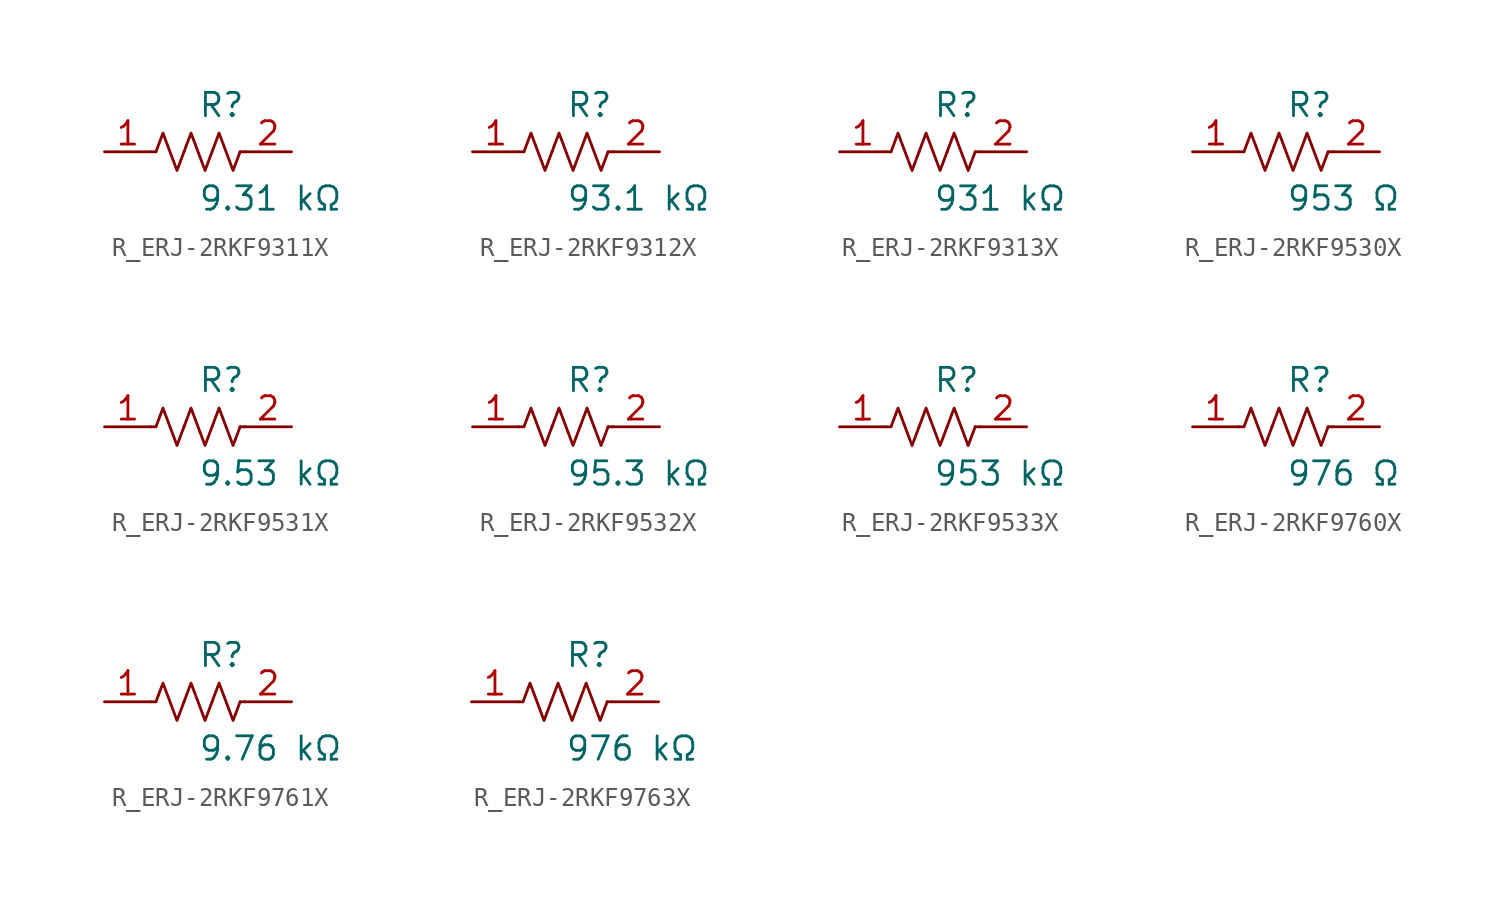
<source format=kicad_sym>
(kicad_symbol_lib
  (version 20231120)
  (generator kicad_symbol_editor)
  (generator_version 8.0)
  (symbol "R_ERJ-2RKF9311X"
    (pin_names
      (offset 0.254))
    (property "Reference" "R"
      (at 0.0 2.54 0)
      (effects (font (size 1.27 1.27)) (justify left)))
    (property "Value" "9.31 kΩ"
      (at 0.0 -2.54 0)
      (effects (font (size 1.27 1.27)) (justify left)))
    (symbol "R_ERJ-2RKF9311X_0_1"
      (polyline (pts (xy 2.286 0) (xy 2.54 0)) (stroke (width 0) (type default)) (fill (type none)))
      (polyline (pts (xy -2.286 0) (xy -2.54 0)) (stroke (width 0) (type default)) (fill (type none)))
      (polyline (pts (xy 0.762 0) (xy 1.143 1.016) (xy 1.524 0) (xy 1.905 -1.016) (xy 2.286 0)) (stroke (width 0) (type default)) (fill (type none)))
      (polyline (pts (xy -0.762 0) (xy -0.381 1.016) (xy 0 0) (xy 0.381 -1.016) (xy 0.762 0)) (stroke (width 0) (type default)) (fill (type none)))
      (polyline (pts (xy -2.286 0) (xy -1.905 1.016) (xy -1.524 0) (xy -1.143 -1.016) (xy -0.762 0)) (stroke (width 0) (type default)) (fill (type none))))
    (pin unspecified line
      (at -5.08 0 0)
      (length 2.54)
      (name "" (effects (font (size 1.27 1.27))))
      (number "1" (effects (font (size 1.27 1.27)))))
    (pin unspecified line
      (at 5.08 0 180)
      (length 2.54)
      (name "" (effects (font (size 1.27 1.27))))
      (number "2" (effects (font (size 1.27 1.27))))))
  (symbol "R_ERJ-2RKF9312X"
    (pin_names
      (offset 0.254))
    (property "Reference" "R"
      (at 0.0 2.54 0)
      (effects (font (size 1.27 1.27)) (justify left)))
    (property "Value" "93.1 kΩ"
      (at 0.0 -2.54 0)
      (effects (font (size 1.27 1.27)) (justify left)))
    (symbol "R_ERJ-2RKF9312X_0_1"
      (polyline (pts (xy 2.286 0) (xy 2.54 0)) (stroke (width 0) (type default)) (fill (type none)))
      (polyline (pts (xy -2.286 0) (xy -2.54 0)) (stroke (width 0) (type default)) (fill (type none)))
      (polyline (pts (xy 0.762 0) (xy 1.143 1.016) (xy 1.524 0) (xy 1.905 -1.016) (xy 2.286 0)) (stroke (width 0) (type default)) (fill (type none)))
      (polyline (pts (xy -0.762 0) (xy -0.381 1.016) (xy 0 0) (xy 0.381 -1.016) (xy 0.762 0)) (stroke (width 0) (type default)) (fill (type none)))
      (polyline (pts (xy -2.286 0) (xy -1.905 1.016) (xy -1.524 0) (xy -1.143 -1.016) (xy -0.762 0)) (stroke (width 0) (type default)) (fill (type none))))
    (pin unspecified line
      (at -5.08 0 0)
      (length 2.54)
      (name "" (effects (font (size 1.27 1.27))))
      (number "1" (effects (font (size 1.27 1.27)))))
    (pin unspecified line
      (at 5.08 0 180)
      (length 2.54)
      (name "" (effects (font (size 1.27 1.27))))
      (number "2" (effects (font (size 1.27 1.27))))))
  (symbol "R_ERJ-2RKF9313X"
    (pin_names
      (offset 0.254))
    (property "Reference" "R"
      (at 0.0 2.54 0)
      (effects (font (size 1.27 1.27)) (justify left)))
    (property "Value" "931 kΩ"
      (at 0.0 -2.54 0)
      (effects (font (size 1.27 1.27)) (justify left)))
    (symbol "R_ERJ-2RKF9313X_0_1"
      (polyline (pts (xy 2.286 0) (xy 2.54 0)) (stroke (width 0) (type default)) (fill (type none)))
      (polyline (pts (xy -2.286 0) (xy -2.54 0)) (stroke (width 0) (type default)) (fill (type none)))
      (polyline (pts (xy 0.762 0) (xy 1.143 1.016) (xy 1.524 0) (xy 1.905 -1.016) (xy 2.286 0)) (stroke (width 0) (type default)) (fill (type none)))
      (polyline (pts (xy -0.762 0) (xy -0.381 1.016) (xy 0 0) (xy 0.381 -1.016) (xy 0.762 0)) (stroke (width 0) (type default)) (fill (type none)))
      (polyline (pts (xy -2.286 0) (xy -1.905 1.016) (xy -1.524 0) (xy -1.143 -1.016) (xy -0.762 0)) (stroke (width 0) (type default)) (fill (type none))))
    (pin unspecified line
      (at -5.08 0 0)
      (length 2.54)
      (name "" (effects (font (size 1.27 1.27))))
      (number "1" (effects (font (size 1.27 1.27)))))
    (pin unspecified line
      (at 5.08 0 180)
      (length 2.54)
      (name "" (effects (font (size 1.27 1.27))))
      (number "2" (effects (font (size 1.27 1.27))))))
  (symbol "R_ERJ-2RKF9530X"
    (pin_names
      (offset 0.254))
    (property "Reference" "R"
      (at 0.0 2.54 0)
      (effects (font (size 1.27 1.27)) (justify left)))
    (property "Value" "953 Ω"
      (at 0.0 -2.54 0)
      (effects (font (size 1.27 1.27)) (justify left)))
    (symbol "R_ERJ-2RKF9530X_0_1"
      (polyline (pts (xy 2.286 0) (xy 2.54 0)) (stroke (width 0) (type default)) (fill (type none)))
      (polyline (pts (xy -2.286 0) (xy -2.54 0)) (stroke (width 0) (type default)) (fill (type none)))
      (polyline (pts (xy 0.762 0) (xy 1.143 1.016) (xy 1.524 0) (xy 1.905 -1.016) (xy 2.286 0)) (stroke (width 0) (type default)) (fill (type none)))
      (polyline (pts (xy -0.762 0) (xy -0.381 1.016) (xy 0 0) (xy 0.381 -1.016) (xy 0.762 0)) (stroke (width 0) (type default)) (fill (type none)))
      (polyline (pts (xy -2.286 0) (xy -1.905 1.016) (xy -1.524 0) (xy -1.143 -1.016) (xy -0.762 0)) (stroke (width 0) (type default)) (fill (type none))))
    (pin unspecified line
      (at -5.08 0 0)
      (length 2.54)
      (name "" (effects (font (size 1.27 1.27))))
      (number "1" (effects (font (size 1.27 1.27)))))
    (pin unspecified line
      (at 5.08 0 180)
      (length 2.54)
      (name "" (effects (font (size 1.27 1.27))))
      (number "2" (effects (font (size 1.27 1.27))))))
  (symbol "R_ERJ-2RKF9531X"
    (pin_names
      (offset 0.254))
    (property "Reference" "R"
      (at 0.0 2.54 0)
      (effects (font (size 1.27 1.27)) (justify left)))
    (property "Value" "9.53 kΩ"
      (at 0.0 -2.54 0)
      (effects (font (size 1.27 1.27)) (justify left)))
    (symbol "R_ERJ-2RKF9531X_0_1"
      (polyline (pts (xy 2.286 0) (xy 2.54 0)) (stroke (width 0) (type default)) (fill (type none)))
      (polyline (pts (xy -2.286 0) (xy -2.54 0)) (stroke (width 0) (type default)) (fill (type none)))
      (polyline (pts (xy 0.762 0) (xy 1.143 1.016) (xy 1.524 0) (xy 1.905 -1.016) (xy 2.286 0)) (stroke (width 0) (type default)) (fill (type none)))
      (polyline (pts (xy -0.762 0) (xy -0.381 1.016) (xy 0 0) (xy 0.381 -1.016) (xy 0.762 0)) (stroke (width 0) (type default)) (fill (type none)))
      (polyline (pts (xy -2.286 0) (xy -1.905 1.016) (xy -1.524 0) (xy -1.143 -1.016) (xy -0.762 0)) (stroke (width 0) (type default)) (fill (type none))))
    (pin unspecified line
      (at -5.08 0 0)
      (length 2.54)
      (name "" (effects (font (size 1.27 1.27))))
      (number "1" (effects (font (size 1.27 1.27)))))
    (pin unspecified line
      (at 5.08 0 180)
      (length 2.54)
      (name "" (effects (font (size 1.27 1.27))))
      (number "2" (effects (font (size 1.27 1.27))))))
  (symbol "R_ERJ-2RKF9532X"
    (pin_names
      (offset 0.254))
    (property "Reference" "R"
      (at 0.0 2.54 0)
      (effects (font (size 1.27 1.27)) (justify left)))
    (property "Value" "95.3 kΩ"
      (at 0.0 -2.54 0)
      (effects (font (size 1.27 1.27)) (justify left)))
    (symbol "R_ERJ-2RKF9532X_0_1"
      (polyline (pts (xy 2.286 0) (xy 2.54 0)) (stroke (width 0) (type default)) (fill (type none)))
      (polyline (pts (xy -2.286 0) (xy -2.54 0)) (stroke (width 0) (type default)) (fill (type none)))
      (polyline (pts (xy 0.762 0) (xy 1.143 1.016) (xy 1.524 0) (xy 1.905 -1.016) (xy 2.286 0)) (stroke (width 0) (type default)) (fill (type none)))
      (polyline (pts (xy -0.762 0) (xy -0.381 1.016) (xy 0 0) (xy 0.381 -1.016) (xy 0.762 0)) (stroke (width 0) (type default)) (fill (type none)))
      (polyline (pts (xy -2.286 0) (xy -1.905 1.016) (xy -1.524 0) (xy -1.143 -1.016) (xy -0.762 0)) (stroke (width 0) (type default)) (fill (type none))))
    (pin unspecified line
      (at -5.08 0 0)
      (length 2.54)
      (name "" (effects (font (size 1.27 1.27))))
      (number "1" (effects (font (size 1.27 1.27)))))
    (pin unspecified line
      (at 5.08 0 180)
      (length 2.54)
      (name "" (effects (font (size 1.27 1.27))))
      (number "2" (effects (font (size 1.27 1.27))))))
  (symbol "R_ERJ-2RKF9533X"
    (pin_names
      (offset 0.254))
    (property "Reference" "R"
      (at 0.0 2.54 0)
      (effects (font (size 1.27 1.27)) (justify left)))
    (property "Value" "953 kΩ"
      (at 0.0 -2.54 0)
      (effects (font (size 1.27 1.27)) (justify left)))
    (symbol "R_ERJ-2RKF9533X_0_1"
      (polyline (pts (xy 2.286 0) (xy 2.54 0)) (stroke (width 0) (type default)) (fill (type none)))
      (polyline (pts (xy -2.286 0) (xy -2.54 0)) (stroke (width 0) (type default)) (fill (type none)))
      (polyline (pts (xy 0.762 0) (xy 1.143 1.016) (xy 1.524 0) (xy 1.905 -1.016) (xy 2.286 0)) (stroke (width 0) (type default)) (fill (type none)))
      (polyline (pts (xy -0.762 0) (xy -0.381 1.016) (xy 0 0) (xy 0.381 -1.016) (xy 0.762 0)) (stroke (width 0) (type default)) (fill (type none)))
      (polyline (pts (xy -2.286 0) (xy -1.905 1.016) (xy -1.524 0) (xy -1.143 -1.016) (xy -0.762 0)) (stroke (width 0) (type default)) (fill (type none))))
    (pin unspecified line
      (at -5.08 0 0)
      (length 2.54)
      (name "" (effects (font (size 1.27 1.27))))
      (number "1" (effects (font (size 1.27 1.27)))))
    (pin unspecified line
      (at 5.08 0 180)
      (length 2.54)
      (name "" (effects (font (size 1.27 1.27))))
      (number "2" (effects (font (size 1.27 1.27))))))
  (symbol "R_ERJ-2RKF9760X"
    (pin_names
      (offset 0.254))
    (property "Reference" "R"
      (at 0.0 2.54 0)
      (effects (font (size 1.27 1.27)) (justify left)))
    (property "Value" "976 Ω"
      (at 0.0 -2.54 0)
      (effects (font (size 1.27 1.27)) (justify left)))
    (symbol "R_ERJ-2RKF9760X_0_1"
      (polyline (pts (xy 2.286 0) (xy 2.54 0)) (stroke (width 0) (type default)) (fill (type none)))
      (polyline (pts (xy -2.286 0) (xy -2.54 0)) (stroke (width 0) (type default)) (fill (type none)))
      (polyline (pts (xy 0.762 0) (xy 1.143 1.016) (xy 1.524 0) (xy 1.905 -1.016) (xy 2.286 0)) (stroke (width 0) (type default)) (fill (type none)))
      (polyline (pts (xy -0.762 0) (xy -0.381 1.016) (xy 0 0) (xy 0.381 -1.016) (xy 0.762 0)) (stroke (width 0) (type default)) (fill (type none)))
      (polyline (pts (xy -2.286 0) (xy -1.905 1.016) (xy -1.524 0) (xy -1.143 -1.016) (xy -0.762 0)) (stroke (width 0) (type default)) (fill (type none))))
    (pin unspecified line
      (at -5.08 0 0)
      (length 2.54)
      (name "" (effects (font (size 1.27 1.27))))
      (number "1" (effects (font (size 1.27 1.27)))))
    (pin unspecified line
      (at 5.08 0 180)
      (length 2.54)
      (name "" (effects (font (size 1.27 1.27))))
      (number "2" (effects (font (size 1.27 1.27))))))
  (symbol "R_ERJ-2RKF9761X"
    (pin_names
      (offset 0.254))
    (property "Reference" "R"
      (at 0.0 2.54 0)
      (effects (font (size 1.27 1.27)) (justify left)))
    (property "Value" "9.76 kΩ"
      (at 0.0 -2.54 0)
      (effects (font (size 1.27 1.27)) (justify left)))
    (symbol "R_ERJ-2RKF9761X_0_1"
      (polyline (pts (xy 2.286 0) (xy 2.54 0)) (stroke (width 0) (type default)) (fill (type none)))
      (polyline (pts (xy -2.286 0) (xy -2.54 0)) (stroke (width 0) (type default)) (fill (type none)))
      (polyline (pts (xy 0.762 0) (xy 1.143 1.016) (xy 1.524 0) (xy 1.905 -1.016) (xy 2.286 0)) (stroke (width 0) (type default)) (fill (type none)))
      (polyline (pts (xy -0.762 0) (xy -0.381 1.016) (xy 0 0) (xy 0.381 -1.016) (xy 0.762 0)) (stroke (width 0) (type default)) (fill (type none)))
      (polyline (pts (xy -2.286 0) (xy -1.905 1.016) (xy -1.524 0) (xy -1.143 -1.016) (xy -0.762 0)) (stroke (width 0) (type default)) (fill (type none))))
    (pin unspecified line
      (at -5.08 0 0)
      (length 2.54)
      (name "" (effects (font (size 1.27 1.27))))
      (number "1" (effects (font (size 1.27 1.27)))))
    (pin unspecified line
      (at 5.08 0 180)
      (length 2.54)
      (name "" (effects (font (size 1.27 1.27))))
      (number "2" (effects (font (size 1.27 1.27))))))
  (symbol "R_ERJ-2RKF9763X"
    (pin_names
      (offset 0.254))
    (property "Reference" "R"
      (at 0.0 2.54 0)
      (effects (font (size 1.27 1.27)) (justify left)))
    (property "Value" "976 kΩ"
      (at 0.0 -2.54 0)
      (effects (font (size 1.27 1.27)) (justify left)))
    (symbol "R_ERJ-2RKF9763X_0_1"
      (polyline (pts (xy 2.286 0) (xy 2.54 0)) (stroke (width 0) (type default)) (fill (type none)))
      (polyline (pts (xy -2.286 0) (xy -2.54 0)) (stroke (width 0) (type default)) (fill (type none)))
      (polyline (pts (xy 0.762 0) (xy 1.143 1.016) (xy 1.524 0) (xy 1.905 -1.016) (xy 2.286 0)) (stroke (width 0) (type default)) (fill (type none)))
      (polyline (pts (xy -0.762 0) (xy -0.381 1.016) (xy 0 0) (xy 0.381 -1.016) (xy 0.762 0)) (stroke (width 0) (type default)) (fill (type none)))
      (polyline (pts (xy -2.286 0) (xy -1.905 1.016) (xy -1.524 0) (xy -1.143 -1.016) (xy -0.762 0)) (stroke (width 0) (type default)) (fill (type none))))
    (pin unspecified line
      (at -5.08 0 0)
      (length 2.54)
      (name "" (effects (font (size 1.27 1.27))))
      (number "1" (effects (font (size 1.27 1.27)))))
    (pin unspecified line
      (at 5.08 0 180)
      (length 2.54)
      (name "" (effects (font (size 1.27 1.27))))
      (number "2" (effects (font (size 1.27 1.27)))))))
</source>
